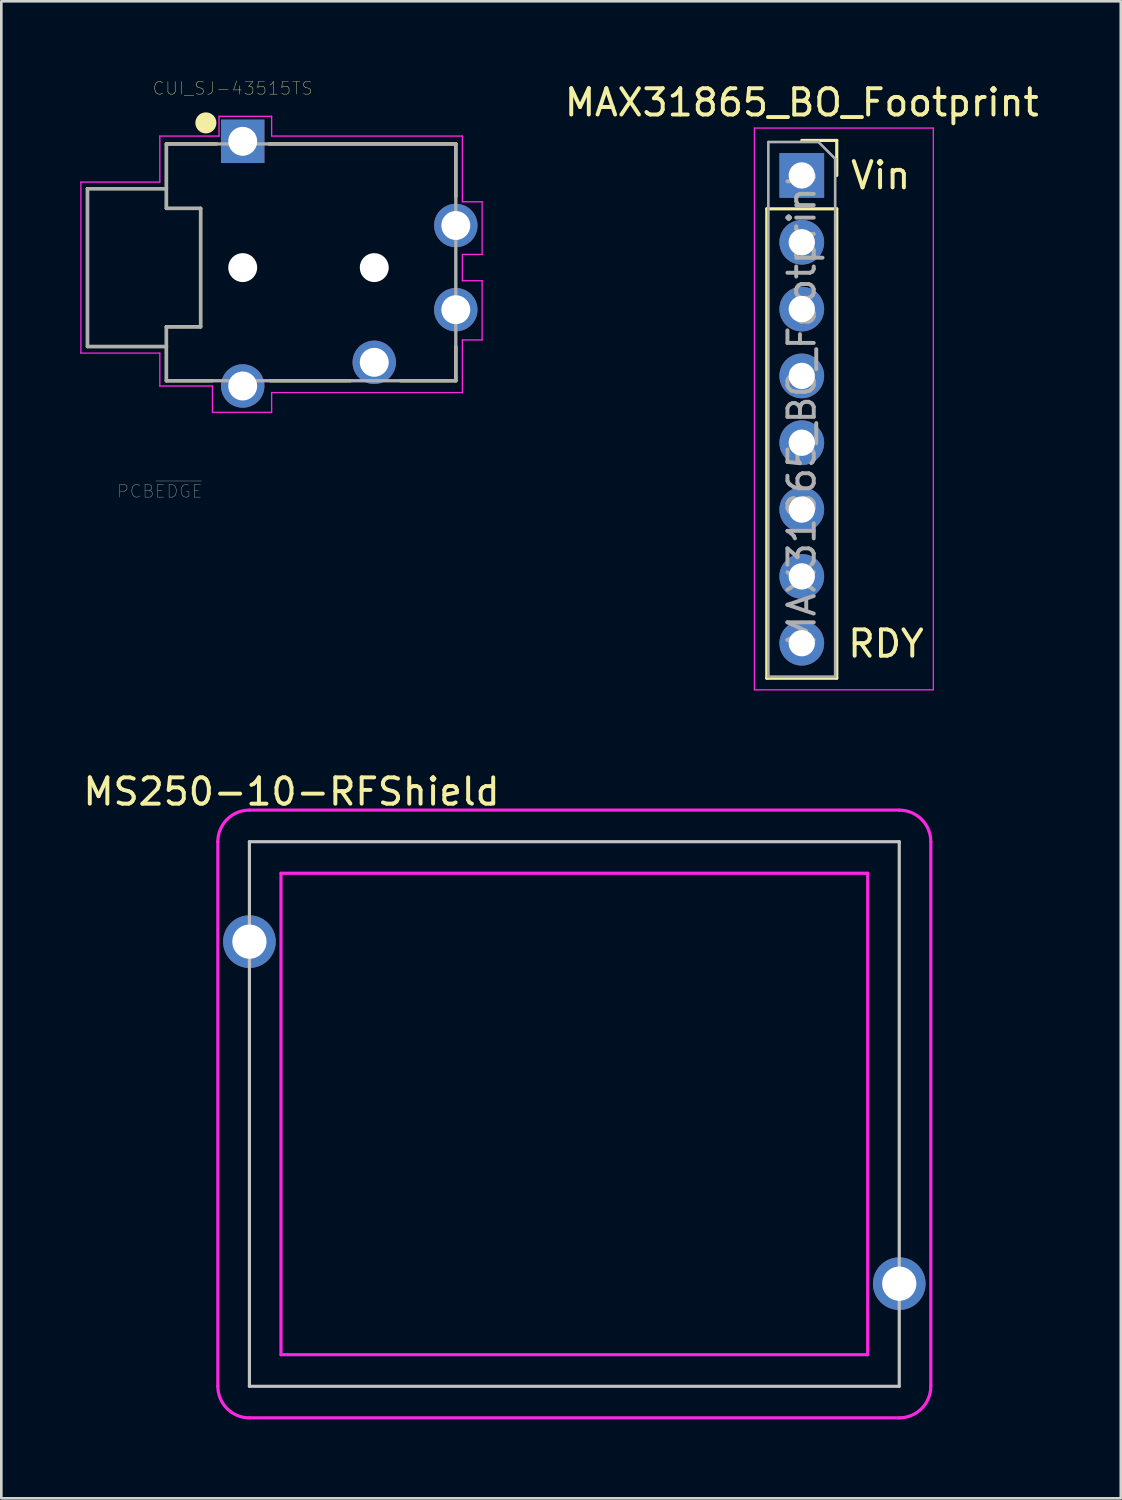
<source format=kicad_pcb>
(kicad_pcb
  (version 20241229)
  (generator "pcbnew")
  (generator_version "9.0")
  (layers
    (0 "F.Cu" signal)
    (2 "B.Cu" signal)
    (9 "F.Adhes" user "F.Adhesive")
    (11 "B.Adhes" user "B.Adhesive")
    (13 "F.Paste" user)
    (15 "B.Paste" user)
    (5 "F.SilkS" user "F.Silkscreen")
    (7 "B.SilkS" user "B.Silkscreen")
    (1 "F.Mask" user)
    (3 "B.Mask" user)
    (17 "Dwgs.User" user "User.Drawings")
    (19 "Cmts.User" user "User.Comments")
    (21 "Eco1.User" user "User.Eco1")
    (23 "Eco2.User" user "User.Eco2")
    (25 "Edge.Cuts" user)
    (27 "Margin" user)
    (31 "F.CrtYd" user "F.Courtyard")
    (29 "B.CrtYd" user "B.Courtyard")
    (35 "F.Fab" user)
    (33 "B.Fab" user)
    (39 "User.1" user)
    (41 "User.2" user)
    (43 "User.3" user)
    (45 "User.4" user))
  (footprint "CUI_SJ-43515TS"
    (layer "F.Cu")
    (at 8.775 7.121)
    (property "Reference" "CUI_SJ-43515TS" (at -2.98 -6.814 0) (layer "F.SilkS") (effects (font (size 0.481 0.481) (thickness 0.015))))
    (attr through_hole)
    (fp_line (start -8.5 -3) (end -5.5 -3) (stroke (width 0.127) (type solid)) (layer "F.SilkS"))
    (fp_line (start -8.5 3) (end -8.5 -3) (stroke (width 0.127) (type solid)) (layer "F.SilkS"))
    (fp_line (start -5.5 -4.7) (end -5.5 -3) (stroke (width 0.127) (type solid)) (layer "F.SilkS"))
    (fp_line (start -5.5 -3) (end -5.5 -2.25) (stroke (width 0.127) (type solid)) (layer "F.SilkS"))
    (fp_line (start -5.5 -2.25) (end -4.2 -2.25) (stroke (width 0.127) (type solid)) (layer "F.SilkS"))
    (fp_line (start -5.5 2.25) (end -5.5 3) (stroke (width 0.127) (type solid)) (layer "F.SilkS"))
    (fp_line (start -5.5 3) (end -8.5 3) (stroke (width 0.127) (type solid)) (layer "F.SilkS"))
    (fp_line (start -5.5 3) (end -5.5 4.3) (stroke (width 0.127) (type solid)) (layer "F.SilkS"))
    (fp_line (start -5.5 4.3) (end -3.75 4.3) (stroke (width 0.127) (type solid)) (layer "F.SilkS"))
    (fp_line (start -4.2 -2.25) (end -4.2 2.25) (stroke (width 0.127) (type solid)) (layer "F.SilkS"))
    (fp_line (start -4.2 2.25) (end -5.5 2.25) (stroke (width 0.127) (type solid)) (layer "F.SilkS"))
    (fp_line (start -3.6 -4.7) (end -5.5 -4.7) (stroke (width 0.127) (type solid)) (layer "F.SilkS"))
    (fp_line (start -1.6 -4.7) (end 5.5 -4.7) (stroke (width 0.127) (type solid)) (layer "F.SilkS"))
    (fp_line (start 1.5 4.3) (end -1.55 4.3) (stroke (width 0.127) (type solid)) (layer "F.SilkS"))
    (fp_line (start 5.5 -4.7) (end 5.5 -2.7) (stroke (width 0.127) (type solid)) (layer "F.SilkS"))
    (fp_line (start 5.5 3) (end 5.5 4.3) (stroke (width 0.127) (type solid)) (layer "F.SilkS"))
    (fp_line (start 5.5 4.3) (end 3.4 4.3) (stroke (width 0.127) (type solid)) (layer "F.SilkS"))
    (fp_circle (center -4 -5.5) (end -3.8 -5.5) (stroke (width 0.4) (type solid)) (fill no) (layer "F.SilkS"))
    (fp_line (start -8.75 -3.25) (end -5.75 -3.25) (stroke (width 0.05) (type solid)) (layer "F.CrtYd"))
    (fp_line (start -8.75 3.25) (end -8.75 -3.25) (stroke (width 0.05) (type solid)) (layer "F.CrtYd"))
    (fp_line (start -5.75 -5) (end -3.5 -5) (stroke (width 0.05) (type solid)) (layer "F.CrtYd"))
    (fp_line (start -5.75 -3.25) (end -5.75 -5) (stroke (width 0.05) (type solid)) (layer "F.CrtYd"))
    (fp_line (start -5.75 3.25) (end -8.75 3.25) (stroke (width 0.05) (type solid)) (layer "F.CrtYd"))
    (fp_line (start -5.75 4.5) (end -5.75 3.25) (stroke (width 0.05) (type solid)) (layer "F.CrtYd"))
    (fp_line (start -3.75 4.5) (end -5.75 4.5) (stroke (width 0.05) (type solid)) (layer "F.CrtYd"))
    (fp_line (start -3.75 5.5) (end -3.75 4.5) (stroke (width 0.05) (type solid)) (layer "F.CrtYd"))
    (fp_line (start -3.5 -5.75) (end -1.5 -5.75) (stroke (width 0.05) (type solid)) (layer "F.CrtYd"))
    (fp_line (start -3.5 -5) (end -3.5 -5.75) (stroke (width 0.05) (type solid)) (layer "F.CrtYd"))
    (fp_line (start -1.5 -5.75) (end -1.5 -5) (stroke (width 0.05) (type solid)) (layer "F.CrtYd"))
    (fp_line (start -1.5 -5) (end 5.75 -5) (stroke (width 0.05) (type solid)) (layer "F.CrtYd"))
    (fp_line (start -1.5 4.75) (end -1.5 5.5) (stroke (width 0.05) (type solid)) (layer "F.CrtYd"))
    (fp_line (start -1.5 5.5) (end -3.75 5.5) (stroke (width 0.05) (type solid)) (layer "F.CrtYd"))
    (fp_line (start 5.75 -5) (end 5.75 -2.5) (stroke (width 0.05) (type solid)) (layer "F.CrtYd"))
    (fp_line (start 5.75 -2.5) (end 6.5 -2.5) (stroke (width 0.05) (type solid)) (layer "F.CrtYd"))
    (fp_line (start 5.75 -0.5) (end 5.75 0.5) (stroke (width 0.05) (type solid)) (layer "F.CrtYd"))
    (fp_line (start 5.75 0.5) (end 6.5 0.5) (stroke (width 0.05) (type solid)) (layer "F.CrtYd"))
    (fp_line (start 5.75 2.75) (end 5.75 4.75) (stroke (width 0.05) (type solid)) (layer "F.CrtYd"))
    (fp_line (start 5.75 4.75) (end -1.5 4.75) (stroke (width 0.05) (type solid)) (layer "F.CrtYd"))
    (fp_line (start 6.5 -2.5) (end 6.5 -0.5) (stroke (width 0.05) (type solid)) (layer "F.CrtYd"))
    (fp_line (start 6.5 -0.5) (end 5.75 -0.5) (stroke (width 0.05) (type solid)) (layer "F.CrtYd"))
    (fp_line (start 6.5 0.5) (end 6.5 2.75) (stroke (width 0.05) (type solid)) (layer "F.CrtYd"))
    (fp_line (start 6.5 2.75) (end 5.75 2.75) (stroke (width 0.05) (type solid)) (layer "F.CrtYd"))
    (fp_line (start -8.5 -3) (end -8.5 3) (stroke (width 0.127) (type solid)) (layer "F.Fab"))
    (fp_line (start -8.5 3) (end -5.5 3) (stroke (width 0.127) (type solid)) (layer "F.Fab"))
    (fp_line (start -5.5 -4.7) (end -5.5 -3) (stroke (width 0.127) (type solid)) (layer "F.Fab"))
    (fp_line (start -5.5 -4.7) (end 5.5 -4.7) (stroke (width 0.127) (type solid)) (layer "F.Fab"))
    (fp_line (start -5.5 -3) (end -8.5 -3) (stroke (width 0.127) (type solid)) (layer "F.Fab"))
    (fp_line (start -5.5 -3) (end -5.5 -2.25) (stroke (width 0.127) (type solid)) (layer "F.Fab"))
    (fp_line (start -5.5 -2.25) (end -4.2 -2.25) (stroke (width 0.127) (type solid)) (layer "F.Fab"))
    (fp_line (start -5.5 2.25) (end -5.5 3) (stroke (width 0.127) (type solid)) (layer "F.Fab"))
    (fp_line (start -5.5 3) (end -5.5 4.3) (stroke (width 0.127) (type solid)) (layer "F.Fab"))
    (fp_line (start -5.5 4.3) (end 5.5 4.3) (stroke (width 0.127) (type solid)) (layer "F.Fab"))
    (fp_line (start -4.2 -2.25) (end -4.2 2.25) (stroke (width 0.127) (type solid)) (layer "F.Fab"))
    (fp_line (start -4.2 2.25) (end -5.5 2.25) (stroke (width 0.127) (type solid)) (layer "F.Fab"))
    (fp_line (start 5.5 -4.7) (end 5.5 4.3) (stroke (width 0.127) (type solid)) (layer "F.Fab"))
    (fp_text user "PCB~{EDGE}" (at -5.752 8.503 0) (layer "F.Fab") (effects (font (size 0.48 0.48) (thickness 0.015))))
    (pad "" np_thru_hole circle (at -2.6 0) (size 1.1 1.1) (drill 1.1) (layers "*.Cu" "*.Mask"))
    (pad "" np_thru_hole circle (at 2.4 0) (size 1.1 1.1) (drill 1.1) (layers "*.Cu" "*.Mask"))
    (pad "1" thru_hole rect (at -2.6 -4.8) (size 1.65 1.65) (drill 1.1) (layers "*.Cu" "*.Mask"))
    (pad "2" thru_hole circle (at 2.4 3.6) (size 1.65 1.65) (drill 1.1) (layers "*.Cu" "*.Mask"))
    (pad "3" thru_hole circle (at 5.5 -1.6) (size 1.65 1.65) (drill 1.1) (layers "*.Cu" "*.Mask"))
    (pad "4" thru_hole circle (at -2.6 4.5) (size 1.65 1.65) (drill 1.1) (layers "*.Cu" "*.Mask"))
    (pad "5" thru_hole circle (at 5.5 1.6) (size 1.65 1.65) (drill 1.1) (layers "*.Cu" "*.Mask")))
  (footprint "MS250-10-RFShield"
    (layer "F.Cu")
    (at 6.43 28.942)
    (property "Reference" "MS250-10-RFShield" (at 1.6 -1.9 0) (layer "F.SilkS") (effects (font (size 1 1) (thickness 0.15))))
    (attr through_hole)
    (fp_line (start 0 0) (end 24.7 0) (stroke (width 0.12) (type solid)) (layer "Dwgs.User"))
    (fp_line (start 0 20.7) (end 0 0) (stroke (width 0.12) (type solid)) (layer "Dwgs.User"))
    (fp_line (start 24.7 0) (end 24.7 20.7) (stroke (width 0.12) (type solid)) (layer "Dwgs.User"))
    (fp_line (start 24.7 20.7) (end 0 20.7) (stroke (width 0.12) (type solid)) (layer "Dwgs.User"))
    (fp_line (start -1.2 20.7) (end -1.2 0) (stroke (width 0.12) (type solid)) (layer "F.CrtYd"))
    (fp_line (start 0 -1.2) (end 24.7 -1.2) (stroke (width 0.12) (type solid)) (layer "F.CrtYd"))
    (fp_line (start 1.2 1.2) (end 1.2 19.5) (stroke (width 0.12) (type solid)) (layer "F.CrtYd"))
    (fp_line (start 1.2 19.5) (end 23.5 19.5) (stroke (width 0.12) (type solid)) (layer "F.CrtYd"))
    (fp_line (start 23.5 1.2) (end 1.2 1.2) (stroke (width 0.12) (type solid)) (layer "F.CrtYd"))
    (fp_line (start 23.5 19.5) (end 23.5 1.2) (stroke (width 0.12) (type solid)) (layer "F.CrtYd"))
    (fp_line (start 24.7 21.9) (end 0 21.9) (stroke (width 0.12) (type solid)) (layer "F.CrtYd"))
    (fp_line (start 25.9 0) (end 25.9 20.7) (stroke (width 0.12) (type solid)) (layer "F.CrtYd"))
    (fp_arc (start -1.2 0) (mid -0.848528 -0.848528) (end 0 -1.2) (stroke (width 0.12) (type solid)) (layer "F.CrtYd"))
    (fp_arc (start 0 21.9) (mid -0.848528 21.548528) (end -1.2 20.7) (stroke (width 0.12) (type solid)) (layer "F.CrtYd"))
    (fp_arc (start 24.7 -1.2) (mid 25.548528 -0.848528) (end 25.9 0) (stroke (width 0.12) (type solid)) (layer "F.CrtYd"))
    (fp_arc (start 25.9 20.7) (mid 25.548528 21.548528) (end 24.7 21.9) (stroke (width 0.12) (type solid)) (layer "F.CrtYd"))
    (pad "1" thru_hole circle (at 0 3.8) (size 2 2) (drill 1.3) (layers "*.Cu" "*.Mask"))
    (pad "1" thru_hole circle (at 24.7 16.8) (size 2 2) (drill 1.3) (layers "*.Cu" "*.Mask")))
  (footprint "MAX31865_BO_Footprint"
    (layer "F.Cu")
    (at 27.425 3.618)
    (property "Reference" "MAX31865_BO_Footprint" (at 0 -2.77 0) (layer "F.SilkS") (effects (font (size 1 1) (thickness 0.15))))
    (attr through_hole)
    (fp_line (start -1.33 1.27) (end -1.33 19.11) (stroke (width 0.12) (type solid)) (layer "F.SilkS"))
    (fp_line (start -1.33 1.27) (end 1.33 1.27) (stroke (width 0.12) (type solid)) (layer "F.SilkS"))
    (fp_line (start -1.33 19.11) (end 1.33 19.11) (stroke (width 0.12) (type solid)) (layer "F.SilkS"))
    (fp_line (start 0 -1.33) (end 1.33 -1.33) (stroke (width 0.12) (type solid)) (layer "F.SilkS"))
    (fp_line (start 1.33 -1.33) (end 1.33 0) (stroke (width 0.12) (type solid)) (layer "F.SilkS"))
    (fp_line (start 1.33 1.27) (end 1.33 19.11) (stroke (width 0.12) (type solid)) (layer "F.SilkS"))
    (fp_line (start -1.8 -1.8) (end 5 -1.8) (stroke (width 0.05) (type solid)) (layer "F.CrtYd"))
    (fp_line (start -1.8 19.55) (end -1.8 -1.8) (stroke (width 0.05) (type solid)) (layer "F.CrtYd"))
    (fp_line (start 5 -1.8) (end 5 19.55) (stroke (width 0.05) (type solid)) (layer "F.CrtYd"))
    (fp_line (start 5 19.55) (end -1.8 19.55) (stroke (width 0.05) (type solid)) (layer "F.CrtYd"))
    (fp_line (start -1.27 -1.27) (end 0.635 -1.27) (stroke (width 0.1) (type solid)) (layer "F.Fab"))
    (fp_line (start -1.27 19.05) (end -1.27 -1.27) (stroke (width 0.1) (type solid)) (layer "F.Fab"))
    (fp_line (start 0.635 -1.27) (end 1.27 -0.635) (stroke (width 0.1) (type solid)) (layer "F.Fab"))
    (fp_line (start 1.27 -0.635) (end 1.27 19.05) (stroke (width 0.1) (type solid)) (layer "F.Fab"))
    (fp_line (start 1.27 19.05) (end -1.27 19.05) (stroke (width 0.1) (type solid)) (layer "F.Fab"))
    (fp_text user "RDY" (at 3.2 17.8 0) (layer "F.SilkS") (effects (font (size 1 1) (thickness 0.15))))
    (fp_text user "Vin" (at 3 0 0) (layer "F.SilkS") (effects (font (size 1 1) (thickness 0.15))))
    (fp_text user "${REFERENCE}" (at 0 8.89 90) (layer "F.Fab") (effects (font (size 1 1) (thickness 0.15))))
    (pad "1" thru_hole rect (at 0 0) (size 1.7 1.7) (drill 1) (layers "*.Cu" "*.Mask"))
    (pad "2" thru_hole oval (at 0 2.54) (size 1.7 1.7) (drill 1) (layers "*.Cu" "*.Mask"))
    (pad "3" thru_hole oval (at 0 5.08) (size 1.7 1.7) (drill 1) (layers "*.Cu" "*.Mask"))
    (pad "4" thru_hole oval (at 0 7.62) (size 1.7 1.7) (drill 1) (layers "*.Cu" "*.Mask"))
    (pad "5" thru_hole oval (at 0 10.16) (size 1.7 1.7) (drill 1) (layers "*.Cu" "*.Mask"))
    (pad "6" thru_hole oval (at 0 12.7) (size 1.7 1.7) (drill 1) (layers "*.Cu" "*.Mask"))
    (pad "7" thru_hole oval (at 0 15.24) (size 1.7 1.7) (drill 1) (layers "*.Cu" "*.Mask"))
    (pad "8" thru_hole oval (at 0 17.78) (size 1.7 1.7) (drill 1) (layers "*.Cu" "*.Mask")))
  (gr_rect
    (start -3 -3)
    (end 39.55 53.901)
    (stroke (width 0.1) (type default))
    (fill no)
    (layer "Edge.Cuts")))
</source>
